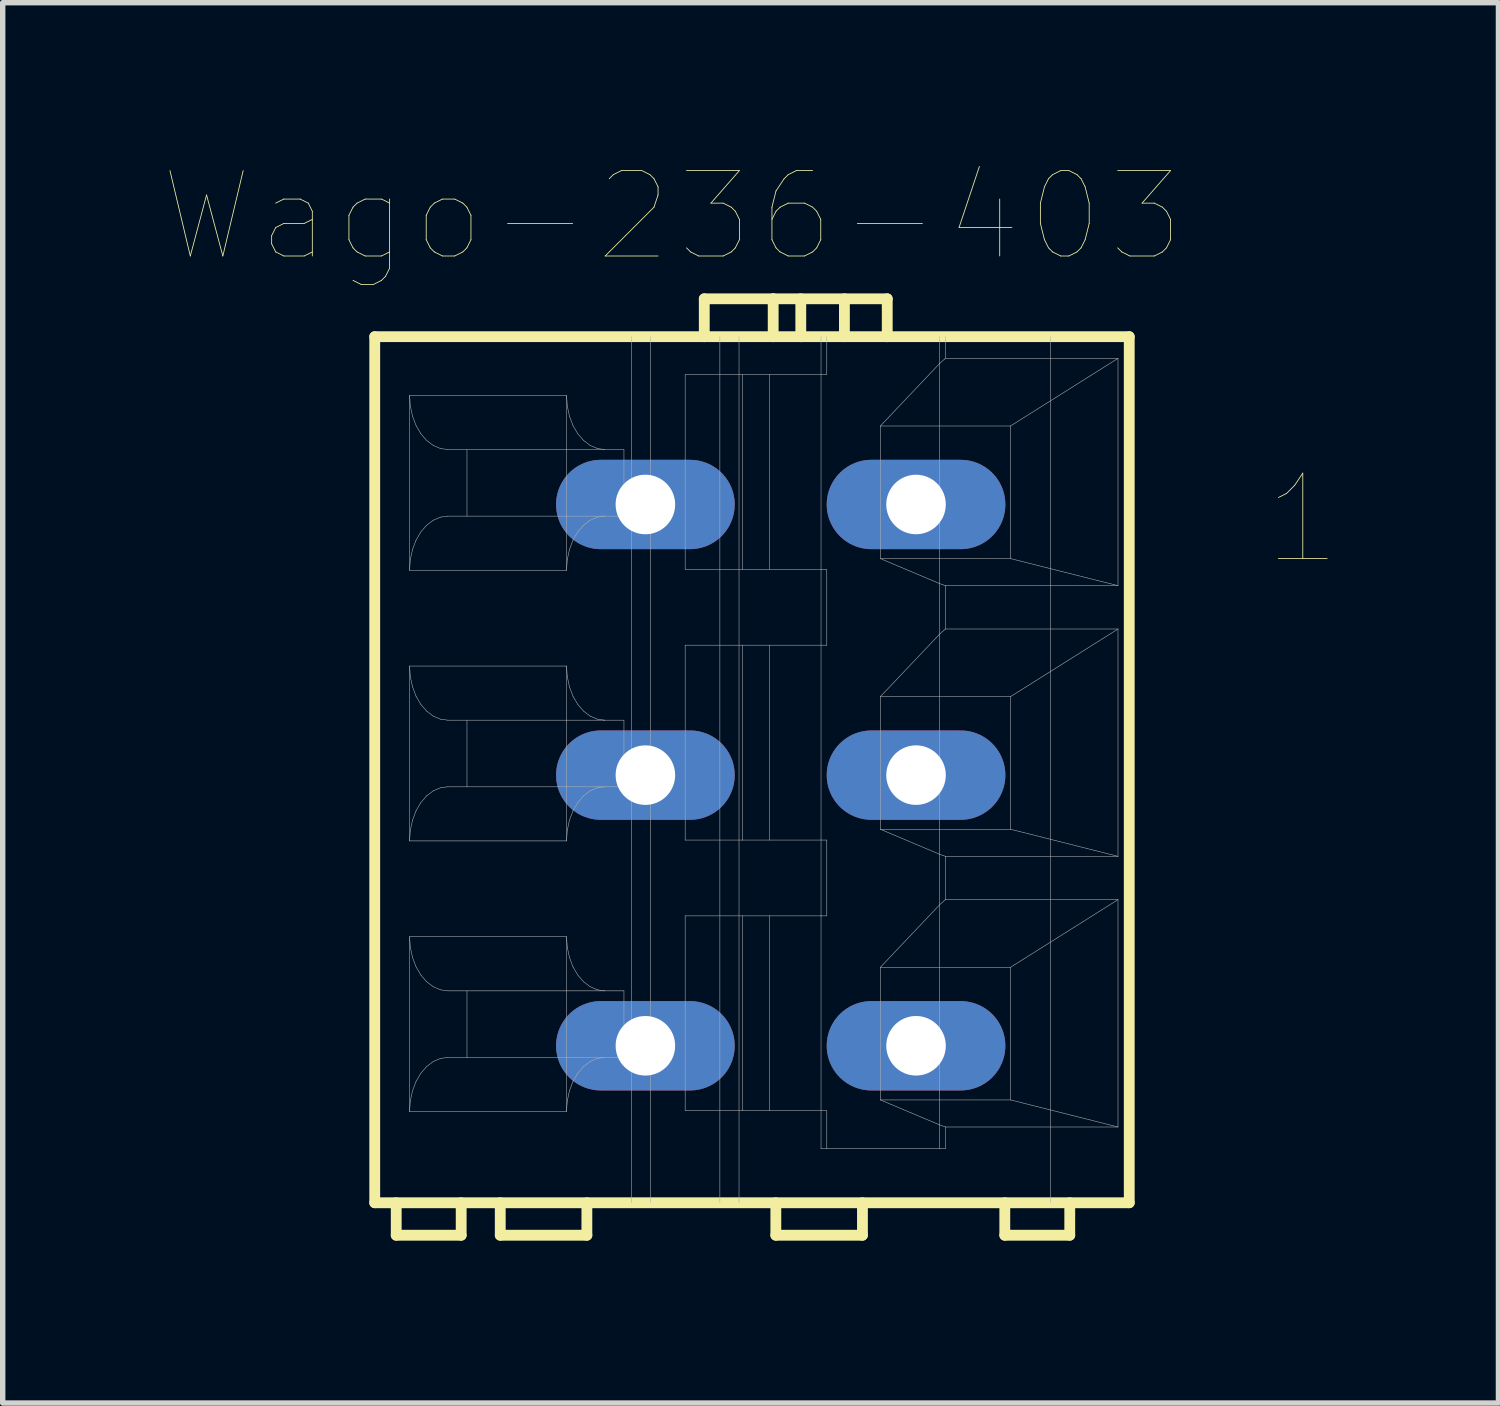
<source format=kicad_pcb>
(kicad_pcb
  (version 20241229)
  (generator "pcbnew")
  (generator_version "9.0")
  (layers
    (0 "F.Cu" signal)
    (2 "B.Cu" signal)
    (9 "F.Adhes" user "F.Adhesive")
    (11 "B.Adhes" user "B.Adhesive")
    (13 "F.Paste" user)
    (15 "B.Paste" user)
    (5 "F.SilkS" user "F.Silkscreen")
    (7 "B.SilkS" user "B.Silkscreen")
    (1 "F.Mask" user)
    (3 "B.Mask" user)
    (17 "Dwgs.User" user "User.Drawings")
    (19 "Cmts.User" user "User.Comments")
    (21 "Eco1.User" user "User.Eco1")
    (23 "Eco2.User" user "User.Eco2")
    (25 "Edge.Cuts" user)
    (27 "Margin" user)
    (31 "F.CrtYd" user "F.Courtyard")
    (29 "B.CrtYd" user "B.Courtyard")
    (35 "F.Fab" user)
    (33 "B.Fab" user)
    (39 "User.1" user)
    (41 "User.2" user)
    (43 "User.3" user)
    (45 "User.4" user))
  (footprint "Wago-236-403"
    (layer "F.Cu")
    (at 10.916 11.12)
    (property "Reference" "Wago-236-403" (at -1.546 -10.17 0) (layer "F.SilkS") (effects (font (size 1.578 1.578) (thickness 0.015))))
    (attr through_hole)
    (fp_line (start -7.043 -7.95) (end -7.043 8.05) (stroke (width 0.2) (type solid)) (layer "F.SilkS"))
    (fp_line (start -7.043 8.05) (end 6.896 8.05) (stroke (width 0.2) (type solid)) (layer "F.SilkS"))
    (fp_line (start -6.646 8.05) (end -6.646 8.65) (stroke (width 0.2) (type solid)) (layer "F.SilkS"))
    (fp_line (start -6.646 8.65) (end -5.446 8.65) (stroke (width 0.2) (type solid)) (layer "F.SilkS"))
    (fp_line (start -5.446 8.65) (end -5.446 8.05) (stroke (width 0.2) (type solid)) (layer "F.SilkS"))
    (fp_line (start -4.724 8.05) (end -4.724 8.65) (stroke (width 0.2) (type solid)) (layer "F.SilkS"))
    (fp_line (start -4.724 8.65) (end -3.124 8.65) (stroke (width 0.2) (type solid)) (layer "F.SilkS"))
    (fp_line (start -3.124 8.65) (end -3.124 8.05) (stroke (width 0.2) (type solid)) (layer "F.SilkS"))
    (fp_line (start -0.955 -7.95) (end -7.043 -7.95) (stroke (width 0.2) (type solid)) (layer "F.SilkS"))
    (fp_line (start -0.955 -7.95) (end -0.955 -8.65) (stroke (width 0.2) (type solid)) (layer "F.SilkS"))
    (fp_line (start 0.318 -8.65) (end -0.955 -8.65) (stroke (width 0.2) (type solid)) (layer "F.SilkS"))
    (fp_line (start 0.318 -7.95) (end -0.955 -7.95) (stroke (width 0.2) (type solid)) (layer "F.SilkS"))
    (fp_line (start 0.318 -7.95) (end 0.318 -8.65) (stroke (width 0.2) (type solid)) (layer "F.SilkS"))
    (fp_line (start 0.367 8.05) (end 0.367 8.65) (stroke (width 0.2) (type solid)) (layer "F.SilkS"))
    (fp_line (start 0.367 8.65) (end 1.967 8.65) (stroke (width 0.2) (type solid)) (layer "F.SilkS"))
    (fp_line (start 0.828 -7.95) (end 0.318 -7.95) (stroke (width 0.2) (type solid)) (layer "F.SilkS"))
    (fp_line (start 0.828 -7.95) (end 0.828 -8.65) (stroke (width 0.2) (type solid)) (layer "F.SilkS"))
    (fp_line (start 1.634 -7.95) (end 0.828 -7.95) (stroke (width 0.2) (type solid)) (layer "F.SilkS"))
    (fp_line (start 1.634 -7.95) (end 1.634 -8.65) (stroke (width 0.2) (type solid)) (layer "F.SilkS"))
    (fp_line (start 1.967 8.65) (end 1.967 8.05) (stroke (width 0.2) (type solid)) (layer "F.SilkS"))
    (fp_line (start 2.425 -8.65) (end 0.318 -8.65) (stroke (width 0.2) (type solid)) (layer "F.SilkS"))
    (fp_line (start 2.425 -7.95) (end 1.634 -7.95) (stroke (width 0.2) (type solid)) (layer "F.SilkS"))
    (fp_line (start 2.425 -7.95) (end 2.425 -8.65) (stroke (width 0.2) (type solid)) (layer "F.SilkS"))
    (fp_line (start 4.597 8.05) (end 4.597 8.65) (stroke (width 0.2) (type solid)) (layer "F.SilkS"))
    (fp_line (start 4.597 8.65) (end 5.797 8.65) (stroke (width 0.2) (type solid)) (layer "F.SilkS"))
    (fp_line (start 5.797 8.65) (end 5.797 8.05) (stroke (width 0.2) (type solid)) (layer "F.SilkS"))
    (fp_line (start 6.896 -7.95) (end 2.425 -7.95) (stroke (width 0.2) (type solid)) (layer "F.SilkS"))
    (fp_line (start 6.896 -7.95) (end 6.896 8.05) (stroke (width 0.2) (type solid)) (layer "F.SilkS"))
    (fp_line (start -6.399 -3.635) (end -6.399 -6.865) (stroke (width 0.01) (type solid)) (layer "F.Fab"))
    (fp_line (start -6.399 -3.635) (end -6.386 -3.83) (stroke (width 0.01) (type solid)) (layer "F.Fab"))
    (fp_line (start -6.399 1.365) (end -6.399 -1.865) (stroke (width 0.01) (type solid)) (layer "F.Fab"))
    (fp_line (start -6.399 1.365) (end -6.386 1.17) (stroke (width 0.01) (type solid)) (layer "F.Fab"))
    (fp_line (start -6.399 6.365) (end -6.399 3.135) (stroke (width 0.01) (type solid)) (layer "F.Fab"))
    (fp_line (start -6.399 6.365) (end -6.386 6.17) (stroke (width 0.01) (type solid)) (layer "F.Fab"))
    (fp_line (start -6.386 -6.67) (end -6.399 -6.865) (stroke (width 0.01) (type solid)) (layer "F.Fab"))
    (fp_line (start -6.386 -3.83) (end -6.345 -4.018) (stroke (width 0.01) (type solid)) (layer "F.Fab"))
    (fp_line (start -6.386 -1.67) (end -6.399 -1.865) (stroke (width 0.01) (type solid)) (layer "F.Fab"))
    (fp_line (start -6.386 1.17) (end -6.345 0.982) (stroke (width 0.01) (type solid)) (layer "F.Fab"))
    (fp_line (start -6.386 3.33) (end -6.399 3.135) (stroke (width 0.01) (type solid)) (layer "F.Fab"))
    (fp_line (start -6.386 6.17) (end -6.345 5.982) (stroke (width 0.01) (type solid)) (layer "F.Fab"))
    (fp_line (start -6.345 -6.482) (end -6.386 -6.67) (stroke (width 0.01) (type solid)) (layer "F.Fab"))
    (fp_line (start -6.345 -4.018) (end -6.28 -4.191) (stroke (width 0.01) (type solid)) (layer "F.Fab"))
    (fp_line (start -6.345 -1.482) (end -6.386 -1.67) (stroke (width 0.01) (type solid)) (layer "F.Fab"))
    (fp_line (start -6.345 0.982) (end -6.28 0.809) (stroke (width 0.01) (type solid)) (layer "F.Fab"))
    (fp_line (start -6.345 3.518) (end -6.386 3.33) (stroke (width 0.01) (type solid)) (layer "F.Fab"))
    (fp_line (start -6.345 5.982) (end -6.28 5.809) (stroke (width 0.01) (type solid)) (layer "F.Fab"))
    (fp_line (start -6.28 -6.309) (end -6.345 -6.482) (stroke (width 0.01) (type solid)) (layer "F.Fab"))
    (fp_line (start -6.28 -4.191) (end -6.192 -4.342) (stroke (width 0.01) (type solid)) (layer "F.Fab"))
    (fp_line (start -6.28 -1.309) (end -6.345 -1.482) (stroke (width 0.01) (type solid)) (layer "F.Fab"))
    (fp_line (start -6.28 0.809) (end -6.192 0.658) (stroke (width 0.01) (type solid)) (layer "F.Fab"))
    (fp_line (start -6.28 3.691) (end -6.345 3.518) (stroke (width 0.01) (type solid)) (layer "F.Fab"))
    (fp_line (start -6.28 5.809) (end -6.192 5.658) (stroke (width 0.01) (type solid)) (layer "F.Fab"))
    (fp_line (start -6.192 -6.158) (end -6.28 -6.309) (stroke (width 0.01) (type solid)) (layer "F.Fab"))
    (fp_line (start -6.192 -4.342) (end -6.085 -4.466) (stroke (width 0.01) (type solid)) (layer "F.Fab"))
    (fp_line (start -6.192 -1.158) (end -6.28 -1.309) (stroke (width 0.01) (type solid)) (layer "F.Fab"))
    (fp_line (start -6.192 0.658) (end -6.085 0.533) (stroke (width 0.01) (type solid)) (layer "F.Fab"))
    (fp_line (start -6.192 3.842) (end -6.28 3.691) (stroke (width 0.01) (type solid)) (layer "F.Fab"))
    (fp_line (start -6.192 5.658) (end -6.085 5.534) (stroke (width 0.01) (type solid)) (layer "F.Fab"))
    (fp_line (start -6.085 -6.034) (end -6.192 -6.158) (stroke (width 0.01) (type solid)) (layer "F.Fab"))
    (fp_line (start -6.085 -4.466) (end -5.963 -4.559) (stroke (width 0.01) (type solid)) (layer "F.Fab"))
    (fp_line (start -6.085 -1.034) (end -6.192 -1.158) (stroke (width 0.01) (type solid)) (layer "F.Fab"))
    (fp_line (start -6.085 0.533) (end -5.963 0.441) (stroke (width 0.01) (type solid)) (layer "F.Fab"))
    (fp_line (start -6.085 3.966) (end -6.192 3.842) (stroke (width 0.01) (type solid)) (layer "F.Fab"))
    (fp_line (start -6.085 5.534) (end -5.963 5.441) (stroke (width 0.01) (type solid)) (layer "F.Fab"))
    (fp_line (start -5.963 -5.941) (end -6.085 -6.034) (stroke (width 0.01) (type solid)) (layer "F.Fab"))
    (fp_line (start -5.963 -4.559) (end -5.83 -4.616) (stroke (width 0.01) (type solid)) (layer "F.Fab"))
    (fp_line (start -5.963 -0.941) (end -6.085 -1.034) (stroke (width 0.01) (type solid)) (layer "F.Fab"))
    (fp_line (start -5.963 0.441) (end -5.83 0.384) (stroke (width 0.01) (type solid)) (layer "F.Fab"))
    (fp_line (start -5.963 4.059) (end -6.085 3.966) (stroke (width 0.01) (type solid)) (layer "F.Fab"))
    (fp_line (start -5.963 5.441) (end -5.83 5.384) (stroke (width 0.01) (type solid)) (layer "F.Fab"))
    (fp_line (start -5.83 -5.884) (end -5.963 -5.941) (stroke (width 0.01) (type solid)) (layer "F.Fab"))
    (fp_line (start -5.83 -4.616) (end -5.692 -4.635) (stroke (width 0.01) (type solid)) (layer "F.Fab"))
    (fp_line (start -5.83 -0.884) (end -5.963 -0.941) (stroke (width 0.01) (type solid)) (layer "F.Fab"))
    (fp_line (start -5.83 0.384) (end -5.692 0.365) (stroke (width 0.01) (type solid)) (layer "F.Fab"))
    (fp_line (start -5.83 4.116) (end -5.963 4.059) (stroke (width 0.01) (type solid)) (layer "F.Fab"))
    (fp_line (start -5.83 5.384) (end -5.692 5.365) (stroke (width 0.01) (type solid)) (layer "F.Fab"))
    (fp_line (start -5.692 -5.865) (end -5.83 -5.884) (stroke (width 0.01) (type solid)) (layer "F.Fab"))
    (fp_line (start -5.692 -5.865) (end -3.5 -5.865) (stroke (width 0.01) (type solid)) (layer "F.Fab"))
    (fp_line (start -5.692 -4.635) (end -5.339 -4.635) (stroke (width 0.01) (type solid)) (layer "F.Fab"))
    (fp_line (start -5.692 -0.865) (end -5.83 -0.884) (stroke (width 0.01) (type solid)) (layer "F.Fab"))
    (fp_line (start -5.692 -0.865) (end -3.5 -0.865) (stroke (width 0.01) (type solid)) (layer "F.Fab"))
    (fp_line (start -5.692 0.365) (end -5.339 0.365) (stroke (width 0.01) (type solid)) (layer "F.Fab"))
    (fp_line (start -5.692 4.135) (end -5.83 4.116) (stroke (width 0.01) (type solid)) (layer "F.Fab"))
    (fp_line (start -5.692 4.135) (end -3.5 4.135) (stroke (width 0.01) (type solid)) (layer "F.Fab"))
    (fp_line (start -5.692 5.365) (end -5.339 5.365) (stroke (width 0.01) (type solid)) (layer "F.Fab"))
    (fp_line (start -5.339 -5.865) (end -5.339 -4.635) (stroke (width 0.01) (type solid)) (layer "F.Fab"))
    (fp_line (start -5.339 -4.635) (end -3.5 -4.635) (stroke (width 0.01) (type solid)) (layer "F.Fab"))
    (fp_line (start -5.339 -0.865) (end -5.339 0.365) (stroke (width 0.01) (type solid)) (layer "F.Fab"))
    (fp_line (start -5.339 0.365) (end -3.5 0.365) (stroke (width 0.01) (type solid)) (layer "F.Fab"))
    (fp_line (start -5.339 4.135) (end -5.339 5.365) (stroke (width 0.01) (type solid)) (layer "F.Fab"))
    (fp_line (start -5.339 5.365) (end -3.5 5.365) (stroke (width 0.01) (type solid)) (layer "F.Fab"))
    (fp_line (start -3.5 -6.865) (end -6.399 -6.865) (stroke (width 0.01) (type solid)) (layer "F.Fab"))
    (fp_line (start -3.5 -6.865) (end -3.5 -5.865) (stroke (width 0.01) (type solid)) (layer "F.Fab"))
    (fp_line (start -3.5 -5.865) (end -3.5 -4.635) (stroke (width 0.01) (type solid)) (layer "F.Fab"))
    (fp_line (start -3.5 -5.865) (end -2.793 -5.865) (stroke (width 0.01) (type solid)) (layer "F.Fab"))
    (fp_line (start -3.5 -4.635) (end -3.5 -3.635) (stroke (width 0.01) (type solid)) (layer "F.Fab"))
    (fp_line (start -3.5 -3.635) (end -6.399 -3.635) (stroke (width 0.01) (type solid)) (layer "F.Fab"))
    (fp_line (start -3.5 -3.635) (end -3.486 -3.83) (stroke (width 0.01) (type solid)) (layer "F.Fab"))
    (fp_line (start -3.5 -1.865) (end -6.399 -1.865) (stroke (width 0.01) (type solid)) (layer "F.Fab"))
    (fp_line (start -3.5 -1.865) (end -3.5 -0.865) (stroke (width 0.01) (type solid)) (layer "F.Fab"))
    (fp_line (start -3.5 -0.865) (end -3.5 0.365) (stroke (width 0.01) (type solid)) (layer "F.Fab"))
    (fp_line (start -3.5 -0.865) (end -2.793 -0.865) (stroke (width 0.01) (type solid)) (layer "F.Fab"))
    (fp_line (start -3.5 0.365) (end -3.5 1.365) (stroke (width 0.01) (type solid)) (layer "F.Fab"))
    (fp_line (start -3.5 1.365) (end -6.399 1.365) (stroke (width 0.01) (type solid)) (layer "F.Fab"))
    (fp_line (start -3.5 1.365) (end -3.486 1.17) (stroke (width 0.01) (type solid)) (layer "F.Fab"))
    (fp_line (start -3.5 3.135) (end -6.399 3.135) (stroke (width 0.01) (type solid)) (layer "F.Fab"))
    (fp_line (start -3.5 3.135) (end -3.5 4.135) (stroke (width 0.01) (type solid)) (layer "F.Fab"))
    (fp_line (start -3.5 4.135) (end -3.5 5.365) (stroke (width 0.01) (type solid)) (layer "F.Fab"))
    (fp_line (start -3.5 4.135) (end -2.793 4.135) (stroke (width 0.01) (type solid)) (layer "F.Fab"))
    (fp_line (start -3.5 5.365) (end -3.5 6.365) (stroke (width 0.01) (type solid)) (layer "F.Fab"))
    (fp_line (start -3.5 6.365) (end -6.399 6.365) (stroke (width 0.01) (type solid)) (layer "F.Fab"))
    (fp_line (start -3.5 6.365) (end -3.486 6.17) (stroke (width 0.01) (type solid)) (layer "F.Fab"))
    (fp_line (start -3.486 -6.67) (end -3.5 -6.865) (stroke (width 0.01) (type solid)) (layer "F.Fab"))
    (fp_line (start -3.486 -3.83) (end -3.446 -4.018) (stroke (width 0.01) (type solid)) (layer "F.Fab"))
    (fp_line (start -3.486 -1.67) (end -3.5 -1.865) (stroke (width 0.01) (type solid)) (layer "F.Fab"))
    (fp_line (start -3.486 1.17) (end -3.446 0.982) (stroke (width 0.01) (type solid)) (layer "F.Fab"))
    (fp_line (start -3.486 3.33) (end -3.5 3.135) (stroke (width 0.01) (type solid)) (layer "F.Fab"))
    (fp_line (start -3.486 6.17) (end -3.446 5.982) (stroke (width 0.01) (type solid)) (layer "F.Fab"))
    (fp_line (start -3.446 -6.482) (end -3.486 -6.67) (stroke (width 0.01) (type solid)) (layer "F.Fab"))
    (fp_line (start -3.446 -4.018) (end -3.381 -4.191) (stroke (width 0.01) (type solid)) (layer "F.Fab"))
    (fp_line (start -3.446 -1.482) (end -3.486 -1.67) (stroke (width 0.01) (type solid)) (layer "F.Fab"))
    (fp_line (start -3.446 0.982) (end -3.381 0.809) (stroke (width 0.01) (type solid)) (layer "F.Fab"))
    (fp_line (start -3.446 3.518) (end -3.486 3.33) (stroke (width 0.01) (type solid)) (layer "F.Fab"))
    (fp_line (start -3.446 5.982) (end -3.381 5.809) (stroke (width 0.01) (type solid)) (layer "F.Fab"))
    (fp_line (start -3.381 -6.309) (end -3.446 -6.482) (stroke (width 0.01) (type solid)) (layer "F.Fab"))
    (fp_line (start -3.381 -4.191) (end -3.293 -4.342) (stroke (width 0.01) (type solid)) (layer "F.Fab"))
    (fp_line (start -3.381 -1.309) (end -3.446 -1.482) (stroke (width 0.01) (type solid)) (layer "F.Fab"))
    (fp_line (start -3.381 0.809) (end -3.293 0.658) (stroke (width 0.01) (type solid)) (layer "F.Fab"))
    (fp_line (start -3.381 3.691) (end -3.446 3.518) (stroke (width 0.01) (type solid)) (layer "F.Fab"))
    (fp_line (start -3.381 5.809) (end -3.293 5.658) (stroke (width 0.01) (type solid)) (layer "F.Fab"))
    (fp_line (start -3.293 -6.158) (end -3.381 -6.309) (stroke (width 0.01) (type solid)) (layer "F.Fab"))
    (fp_line (start -3.293 -4.342) (end -3.186 -4.466) (stroke (width 0.01) (type solid)) (layer "F.Fab"))
    (fp_line (start -3.293 -1.158) (end -3.381 -1.309) (stroke (width 0.01) (type solid)) (layer "F.Fab"))
    (fp_line (start -3.293 0.658) (end -3.186 0.533) (stroke (width 0.01) (type solid)) (layer "F.Fab"))
    (fp_line (start -3.293 3.842) (end -3.381 3.691) (stroke (width 0.01) (type solid)) (layer "F.Fab"))
    (fp_line (start -3.293 5.658) (end -3.186 5.534) (stroke (width 0.01) (type solid)) (layer "F.Fab"))
    (fp_line (start -3.186 -6.034) (end -3.293 -6.158) (stroke (width 0.01) (type solid)) (layer "F.Fab"))
    (fp_line (start -3.186 -4.466) (end -3.064 -4.559) (stroke (width 0.01) (type solid)) (layer "F.Fab"))
    (fp_line (start -3.186 -1.034) (end -3.293 -1.158) (stroke (width 0.01) (type solid)) (layer "F.Fab"))
    (fp_line (start -3.186 0.533) (end -3.064 0.441) (stroke (width 0.01) (type solid)) (layer "F.Fab"))
    (fp_line (start -3.186 3.966) (end -3.293 3.842) (stroke (width 0.01) (type solid)) (layer "F.Fab"))
    (fp_line (start -3.186 5.534) (end -3.064 5.441) (stroke (width 0.01) (type solid)) (layer "F.Fab"))
    (fp_line (start -3.064 -5.941) (end -3.186 -6.034) (stroke (width 0.01) (type solid)) (layer "F.Fab"))
    (fp_line (start -3.064 -4.559) (end -2.931 -4.616) (stroke (width 0.01) (type solid)) (layer "F.Fab"))
    (fp_line (start -3.064 -0.941) (end -3.186 -1.034) (stroke (width 0.01) (type solid)) (layer "F.Fab"))
    (fp_line (start -3.064 0.441) (end -2.931 0.384) (stroke (width 0.01) (type solid)) (layer "F.Fab"))
    (fp_line (start -3.064 4.059) (end -3.186 3.966) (stroke (width 0.01) (type solid)) (layer "F.Fab"))
    (fp_line (start -3.064 5.441) (end -2.931 5.384) (stroke (width 0.01) (type solid)) (layer "F.Fab"))
    (fp_line (start -2.931 -5.884) (end -3.064 -5.941) (stroke (width 0.01) (type solid)) (layer "F.Fab"))
    (fp_line (start -2.931 -4.616) (end -2.793 -4.635) (stroke (width 0.01) (type solid)) (layer "F.Fab"))
    (fp_line (start -2.931 -0.884) (end -3.064 -0.941) (stroke (width 0.01) (type solid)) (layer "F.Fab"))
    (fp_line (start -2.931 0.384) (end -2.793 0.365) (stroke (width 0.01) (type solid)) (layer "F.Fab"))
    (fp_line (start -2.931 4.116) (end -3.064 4.059) (stroke (width 0.01) (type solid)) (layer "F.Fab"))
    (fp_line (start -2.931 5.384) (end -2.793 5.365) (stroke (width 0.01) (type solid)) (layer "F.Fab"))
    (fp_line (start -2.793 -5.865) (end -2.931 -5.884) (stroke (width 0.01) (type solid)) (layer "F.Fab"))
    (fp_line (start -2.793 -5.865) (end -2.439 -5.865) (stroke (width 0.01) (type solid)) (layer "F.Fab"))
    (fp_line (start -2.793 -0.865) (end -2.931 -0.884) (stroke (width 0.01) (type solid)) (layer "F.Fab"))
    (fp_line (start -2.793 -0.865) (end -2.439 -0.865) (stroke (width 0.01) (type solid)) (layer "F.Fab"))
    (fp_line (start -2.793 4.135) (end -2.931 4.116) (stroke (width 0.01) (type solid)) (layer "F.Fab"))
    (fp_line (start -2.793 4.135) (end -2.439 4.135) (stroke (width 0.01) (type solid)) (layer "F.Fab"))
    (fp_line (start -2.439 -5.865) (end -2.439 -4.635) (stroke (width 0.01) (type solid)) (layer "F.Fab"))
    (fp_line (start -2.439 -4.635) (end -3.5 -4.635) (stroke (width 0.01) (type solid)) (layer "F.Fab"))
    (fp_line (start -2.439 -0.865) (end -2.439 0.365) (stroke (width 0.01) (type solid)) (layer "F.Fab"))
    (fp_line (start -2.439 0.365) (end -3.5 0.365) (stroke (width 0.01) (type solid)) (layer "F.Fab"))
    (fp_line (start -2.439 4.135) (end -2.439 5.365) (stroke (width 0.01) (type solid)) (layer "F.Fab"))
    (fp_line (start -2.439 5.365) (end -3.5 5.365) (stroke (width 0.01) (type solid)) (layer "F.Fab"))
    (fp_line (start -2.393 -5.2) (end -2.393 -4.5) (stroke (width 0.01) (type solid)) (layer "F.Fab"))
    (fp_line (start -2.393 -4.5) (end -1.693 -4.5) (stroke (width 0.01) (type solid)) (layer "F.Fab"))
    (fp_line (start -2.393 -0.2) (end -2.393 0.5) (stroke (width 0.01) (type solid)) (layer "F.Fab"))
    (fp_line (start -2.393 0.5) (end -1.693 0.5) (stroke (width 0.01) (type solid)) (layer "F.Fab"))
    (fp_line (start -2.393 4.8) (end -2.393 5.5) (stroke (width 0.01) (type solid)) (layer "F.Fab"))
    (fp_line (start -2.393 5.5) (end -1.693 5.5) (stroke (width 0.01) (type solid)) (layer "F.Fab"))
    (fp_line (start -2.303 -7.95) (end -2.303 8.05) (stroke (width 0.01) (type solid)) (layer "F.Fab"))
    (fp_line (start -1.95 -7.95) (end -1.95 8.05) (stroke (width 0.01) (type solid)) (layer "F.Fab"))
    (fp_line (start -1.693 -5.2) (end -2.393 -5.2) (stroke (width 0.01) (type solid)) (layer "F.Fab"))
    (fp_line (start -1.693 -4.5) (end -1.693 -5.2) (stroke (width 0.01) (type solid)) (layer "F.Fab"))
    (fp_line (start -1.693 -0.2) (end -2.393 -0.2) (stroke (width 0.01) (type solid)) (layer "F.Fab"))
    (fp_line (start -1.693 0.5) (end -1.693 -0.2) (stroke (width 0.01) (type solid)) (layer "F.Fab"))
    (fp_line (start -1.693 4.8) (end -2.393 4.8) (stroke (width 0.01) (type solid)) (layer "F.Fab"))
    (fp_line (start -1.693 5.5) (end -1.693 4.8) (stroke (width 0.01) (type solid)) (layer "F.Fab"))
    (fp_line (start -1.308 -3.65) (end -1.308 -7.25) (stroke (width 0.01) (type solid)) (layer "F.Fab"))
    (fp_line (start -1.308 1.35) (end -1.308 -2.25) (stroke (width 0.01) (type solid)) (layer "F.Fab"))
    (fp_line (start -1.308 6.35) (end -1.308 2.75) (stroke (width 0.01) (type solid)) (layer "F.Fab"))
    (fp_line (start -0.667 -7.95) (end -0.667 8.05) (stroke (width 0.01) (type solid)) (layer "F.Fab"))
    (fp_line (start -0.313 -7.95) (end -0.313 8.05) (stroke (width 0.01) (type solid)) (layer "F.Fab"))
    (fp_line (start -0.247 -7.25) (end -1.308 -7.25) (stroke (width 0.01) (type solid)) (layer "F.Fab"))
    (fp_line (start -0.247 -3.65) (end -1.308 -3.65) (stroke (width 0.01) (type solid)) (layer "F.Fab"))
    (fp_line (start -0.247 -3.65) (end -0.247 -7.25) (stroke (width 0.01) (type solid)) (layer "F.Fab"))
    (fp_line (start -0.247 -2.25) (end -1.308 -2.25) (stroke (width 0.01) (type solid)) (layer "F.Fab"))
    (fp_line (start -0.247 -2.25) (end 0.248 -2.25) (stroke (width 0.01) (type solid)) (layer "F.Fab"))
    (fp_line (start -0.247 1.35) (end -1.308 1.35) (stroke (width 0.01) (type solid)) (layer "F.Fab"))
    (fp_line (start -0.247 1.35) (end -0.247 -2.25) (stroke (width 0.01) (type solid)) (layer "F.Fab"))
    (fp_line (start -0.247 2.75) (end -1.308 2.75) (stroke (width 0.01) (type solid)) (layer "F.Fab"))
    (fp_line (start -0.247 6.35) (end -1.308 6.35) (stroke (width 0.01) (type solid)) (layer "F.Fab"))
    (fp_line (start -0.247 6.35) (end -0.247 2.75) (stroke (width 0.01) (type solid)) (layer "F.Fab"))
    (fp_line (start 0.248 -7.25) (end -0.247 -7.25) (stroke (width 0.01) (type solid)) (layer "F.Fab"))
    (fp_line (start 0.248 -7.25) (end 0.248 -3.65) (stroke (width 0.01) (type solid)) (layer "F.Fab"))
    (fp_line (start 0.248 -7.25) (end 1.308 -7.25) (stroke (width 0.01) (type solid)) (layer "F.Fab"))
    (fp_line (start 0.248 -2.25) (end 0.248 1.35) (stroke (width 0.01) (type solid)) (layer "F.Fab"))
    (fp_line (start 0.248 -2.25) (end 1.308 -2.25) (stroke (width 0.01) (type solid)) (layer "F.Fab"))
    (fp_line (start 0.248 2.75) (end -0.247 2.75) (stroke (width 0.01) (type solid)) (layer "F.Fab"))
    (fp_line (start 0.248 2.75) (end 0.248 6.35) (stroke (width 0.01) (type solid)) (layer "F.Fab"))
    (fp_line (start 1.202 -7.95) (end 1.202 -3.65) (stroke (width 0.01) (type solid)) (layer "F.Fab"))
    (fp_line (start 1.202 -3.65) (end -0.247 -3.65) (stroke (width 0.01) (type solid)) (layer "F.Fab"))
    (fp_line (start 1.202 -3.65) (end 1.202 2.75) (stroke (width 0.01) (type solid)) (layer "F.Fab"))
    (fp_line (start 1.202 2.75) (end 0.248 2.75) (stroke (width 0.01) (type solid)) (layer "F.Fab"))
    (fp_line (start 1.202 2.75) (end 1.202 7.05) (stroke (width 0.01) (type solid)) (layer "F.Fab"))
    (fp_line (start 1.202 7.05) (end 1.308 7.05) (stroke (width 0.01) (type solid)) (layer "F.Fab"))
    (fp_line (start 1.308 -7.95) (end 1.308 -7.25) (stroke (width 0.01) (type solid)) (layer "F.Fab"))
    (fp_line (start 1.308 -3.65) (end 1.202 -3.65) (stroke (width 0.01) (type solid)) (layer "F.Fab"))
    (fp_line (start 1.308 -3.65) (end 1.308 -2.25) (stroke (width 0.01) (type solid)) (layer "F.Fab"))
    (fp_line (start 1.308 1.35) (end -0.247 1.35) (stroke (width 0.01) (type solid)) (layer "F.Fab"))
    (fp_line (start 1.308 1.35) (end 1.308 2.75) (stroke (width 0.01) (type solid)) (layer "F.Fab"))
    (fp_line (start 1.308 2.75) (end 1.202 2.75) (stroke (width 0.01) (type solid)) (layer "F.Fab"))
    (fp_line (start 1.308 6.35) (end -0.247 6.35) (stroke (width 0.01) (type solid)) (layer "F.Fab"))
    (fp_line (start 1.308 6.35) (end 1.308 7.05) (stroke (width 0.01) (type solid)) (layer "F.Fab"))
    (fp_line (start 2.298 -6.3) (end 2.298 -3.85) (stroke (width 0.01) (type solid)) (layer "F.Fab"))
    (fp_line (start 2.298 -6.3) (end 4.702 -6.3) (stroke (width 0.01) (type solid)) (layer "F.Fab"))
    (fp_line (start 2.298 -3.85) (end 3.394 -3.388) (stroke (width 0.01) (type solid)) (layer "F.Fab"))
    (fp_line (start 2.298 -3.85) (end 4.702 -3.85) (stroke (width 0.01) (type solid)) (layer "F.Fab"))
    (fp_line (start 2.298 -1.3) (end 2.298 1.15) (stroke (width 0.01) (type solid)) (layer "F.Fab"))
    (fp_line (start 2.298 -1.3) (end 4.702 -1.3) (stroke (width 0.01) (type solid)) (layer "F.Fab"))
    (fp_line (start 2.298 1.15) (end 3.394 1.613) (stroke (width 0.01) (type solid)) (layer "F.Fab"))
    (fp_line (start 2.298 1.15) (end 4.702 1.15) (stroke (width 0.01) (type solid)) (layer "F.Fab"))
    (fp_line (start 2.298 3.7) (end 2.298 6.15) (stroke (width 0.01) (type solid)) (layer "F.Fab"))
    (fp_line (start 2.298 3.7) (end 4.702 3.7) (stroke (width 0.01) (type solid)) (layer "F.Fab"))
    (fp_line (start 2.298 6.15) (end 3.394 6.612) (stroke (width 0.01) (type solid)) (layer "F.Fab"))
    (fp_line (start 2.298 6.15) (end 4.702 6.15) (stroke (width 0.01) (type solid)) (layer "F.Fab"))
    (fp_line (start 2.607 -5.2) (end 2.607 -4.5) (stroke (width 0.01) (type solid)) (layer "F.Fab"))
    (fp_line (start 2.607 -4.5) (end 3.307 -4.5) (stroke (width 0.01) (type solid)) (layer "F.Fab"))
    (fp_line (start 2.607 -0.2) (end 2.607 0.5) (stroke (width 0.01) (type solid)) (layer "F.Fab"))
    (fp_line (start 2.607 0.5) (end 3.307 0.5) (stroke (width 0.01) (type solid)) (layer "F.Fab"))
    (fp_line (start 2.607 4.8) (end 2.607 5.5) (stroke (width 0.01) (type solid)) (layer "F.Fab"))
    (fp_line (start 2.607 5.5) (end 3.307 5.5) (stroke (width 0.01) (type solid)) (layer "F.Fab"))
    (fp_line (start 3.307 -5.2) (end 2.607 -5.2) (stroke (width 0.01) (type solid)) (layer "F.Fab"))
    (fp_line (start 3.307 -4.5) (end 3.307 -5.2) (stroke (width 0.01) (type solid)) (layer "F.Fab"))
    (fp_line (start 3.307 -0.2) (end 2.607 -0.2) (stroke (width 0.01) (type solid)) (layer "F.Fab"))
    (fp_line (start 3.307 0.5) (end 3.307 -0.2) (stroke (width 0.01) (type solid)) (layer "F.Fab"))
    (fp_line (start 3.307 4.8) (end 2.607 4.8) (stroke (width 0.01) (type solid)) (layer "F.Fab"))
    (fp_line (start 3.307 5.5) (end 3.307 4.8) (stroke (width 0.01) (type solid)) (layer "F.Fab"))
    (fp_line (start 3.394 -7.95) (end 3.394 -7.456) (stroke (width 0.01) (type solid)) (layer "F.Fab"))
    (fp_line (start 3.394 -7.456) (end 2.298 -6.3) (stroke (width 0.01) (type solid)) (layer "F.Fab"))
    (fp_line (start 3.394 -7.456) (end 3.394 -3.388) (stroke (width 0.01) (type solid)) (layer "F.Fab"))
    (fp_line (start 3.394 -7.456) (end 3.5 -7.55) (stroke (width 0.01) (type solid)) (layer "F.Fab"))
    (fp_line (start 3.394 -3.388) (end 3.394 -2.456) (stroke (width 0.01) (type solid)) (layer "F.Fab"))
    (fp_line (start 3.394 -2.456) (end 2.298 -1.3) (stroke (width 0.01) (type solid)) (layer "F.Fab"))
    (fp_line (start 3.394 -2.456) (end 3.394 1.613) (stroke (width 0.01) (type solid)) (layer "F.Fab"))
    (fp_line (start 3.394 -2.456) (end 3.5 -2.55) (stroke (width 0.01) (type solid)) (layer "F.Fab"))
    (fp_line (start 3.394 1.613) (end 3.394 7.05) (stroke (width 0.01) (type solid)) (layer "F.Fab"))
    (fp_line (start 3.394 2.544) (end 2.298 3.7) (stroke (width 0.01) (type solid)) (layer "F.Fab"))
    (fp_line (start 3.394 2.544) (end 3.5 2.45) (stroke (width 0.01) (type solid)) (layer "F.Fab"))
    (fp_line (start 3.394 7.05) (end 1.308 7.05) (stroke (width 0.01) (type solid)) (layer "F.Fab"))
    (fp_line (start 3.394 7.05) (end 3.5 7.05) (stroke (width 0.01) (type solid)) (layer "F.Fab"))
    (fp_line (start 3.5 -7.95) (end 3.5 -7.55) (stroke (width 0.01) (type solid)) (layer "F.Fab"))
    (fp_line (start 3.5 -7.55) (end 6.688 -7.55) (stroke (width 0.01) (type solid)) (layer "F.Fab"))
    (fp_line (start 3.5 -3.35) (end 3.394 -3.388) (stroke (width 0.01) (type solid)) (layer "F.Fab"))
    (fp_line (start 3.5 -3.35) (end 3.5 -2.55) (stroke (width 0.01) (type solid)) (layer "F.Fab"))
    (fp_line (start 3.5 -2.55) (end 6.688 -2.55) (stroke (width 0.01) (type solid)) (layer "F.Fab"))
    (fp_line (start 3.5 1.65) (end 3.394 1.613) (stroke (width 0.01) (type solid)) (layer "F.Fab"))
    (fp_line (start 3.5 1.65) (end 3.5 2.45) (stroke (width 0.01) (type solid)) (layer "F.Fab"))
    (fp_line (start 3.5 2.45) (end 6.688 2.45) (stroke (width 0.01) (type solid)) (layer "F.Fab"))
    (fp_line (start 3.5 6.65) (end 3.394 6.612) (stroke (width 0.01) (type solid)) (layer "F.Fab"))
    (fp_line (start 3.5 6.65) (end 3.5 7.05) (stroke (width 0.01) (type solid)) (layer "F.Fab"))
    (fp_line (start 4.702 -6.3) (end 6.688 -7.55) (stroke (width 0.01) (type solid)) (layer "F.Fab"))
    (fp_line (start 4.702 -3.85) (end 4.702 -6.3) (stroke (width 0.01) (type solid)) (layer "F.Fab"))
    (fp_line (start 4.702 -1.3) (end 6.688 -2.55) (stroke (width 0.01) (type solid)) (layer "F.Fab"))
    (fp_line (start 4.702 1.15) (end 4.702 -1.3) (stroke (width 0.01) (type solid)) (layer "F.Fab"))
    (fp_line (start 4.702 3.7) (end 6.688 2.45) (stroke (width 0.01) (type solid)) (layer "F.Fab"))
    (fp_line (start 4.702 6.15) (end 4.702 3.7) (stroke (width 0.01) (type solid)) (layer "F.Fab"))
    (fp_line (start 5.445 -7.95) (end 5.445 8.05) (stroke (width 0.01) (type solid)) (layer "F.Fab"))
    (fp_line (start 6.688 -7.55) (end 6.688 -3.35) (stroke (width 0.01) (type solid)) (layer "F.Fab"))
    (fp_line (start 6.688 -3.35) (end 3.5 -3.35) (stroke (width 0.01) (type solid)) (layer "F.Fab"))
    (fp_line (start 6.688 -3.35) (end 4.702 -3.85) (stroke (width 0.01) (type solid)) (layer "F.Fab"))
    (fp_line (start 6.688 -2.55) (end 6.688 1.65) (stroke (width 0.01) (type solid)) (layer "F.Fab"))
    (fp_line (start 6.688 1.65) (end 3.5 1.65) (stroke (width 0.01) (type solid)) (layer "F.Fab"))
    (fp_line (start 6.688 1.65) (end 4.702 1.15) (stroke (width 0.01) (type solid)) (layer "F.Fab"))
    (fp_line (start 6.688 2.45) (end 6.688 6.65) (stroke (width 0.01) (type solid)) (layer "F.Fab"))
    (fp_line (start 6.688 6.65) (end 3.5 6.65) (stroke (width 0.01) (type solid)) (layer "F.Fab"))
    (fp_line (start 6.688 6.65) (end 4.702 6.15) (stroke (width 0.01) (type solid)) (layer "F.Fab"))
    (fp_text user "1" (at 10.102 -4.582 0) (layer "F.SilkS") (effects (font (size 1.575 1.575) (thickness 0.015))))
    (pad "1" thru_hole oval (at -2.043 5.15) (size 3.3 1.65) (drill 1.1) (layers "*.Cu" "*.Mask"))
    (pad "1" thru_hole oval (at 2.957 5.15) (size 3.3 1.65) (drill 1.1) (layers "*.Cu" "*.Mask"))
    (pad "2" thru_hole oval (at -2.043 0.15) (size 3.3 1.65) (drill 1.1) (layers "*.Cu" "*.Mask"))
    (pad "2" thru_hole oval (at 2.957 0.15) (size 3.3 1.65) (drill 1.1) (layers "*.Cu" "*.Mask"))
    (pad "3" thru_hole oval (at -2.043 -4.85) (size 3.3 1.65) (drill 1.1) (layers "*.Cu" "*.Mask"))
    (pad "3" thru_hole oval (at 2.957 -4.85) (size 3.3 1.65) (drill 1.1) (layers "*.Cu" "*.Mask")))
  (gr_rect
    (start -3 -3)
    (end 24.633 22.87)
    (stroke (width 0.1) (type default))
    (fill no)
    (layer "Edge.Cuts")))
</source>
